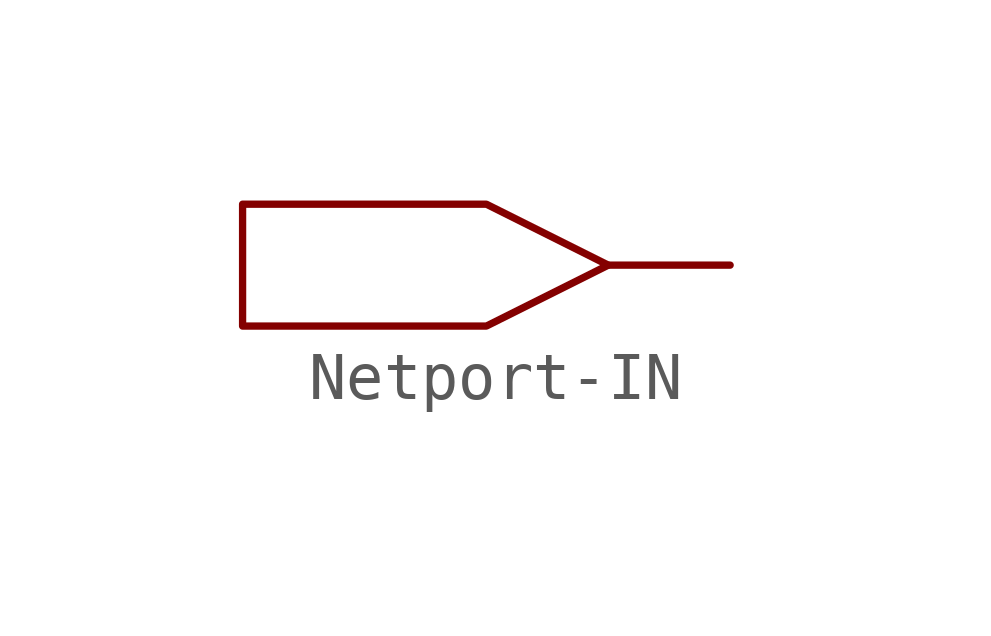
<source format=kicad_sym>
(kicad_symbol_lib
  (version 20231120)
  (generator "kicad_symbol_editor")
  (generator_version "8.0")
  (symbol "Netport-IN"
    (power)
    (pin_numbers hide)
    (pin_names hide)
    (property "Reference" "#PWR"
      (at 0 0 0)
      (effects (font (size 1.27 1.27)) (hide yes)))
    (property "Value" ""
      (at 0 0 0)
      (effects (font (size 1.27 1.27))))
    (symbol "Netport-IN_1_0"
      (polyline (pts (xy -2.54 0) (xy -5.08 1.27) (xy -10.16 1.27) (xy -10.16 -1.27) (xy -5.08 -1.27) (xy -2.54 0)) (stroke (width 0) (type default)) (fill (type none)))
      (pin input line (at 0 0 180) (length 2.54) (name "IN" (effects (font (size 0.025 0.025)))) (number "1" (effects (font (size 0.025 0.025))))))))
</source>
